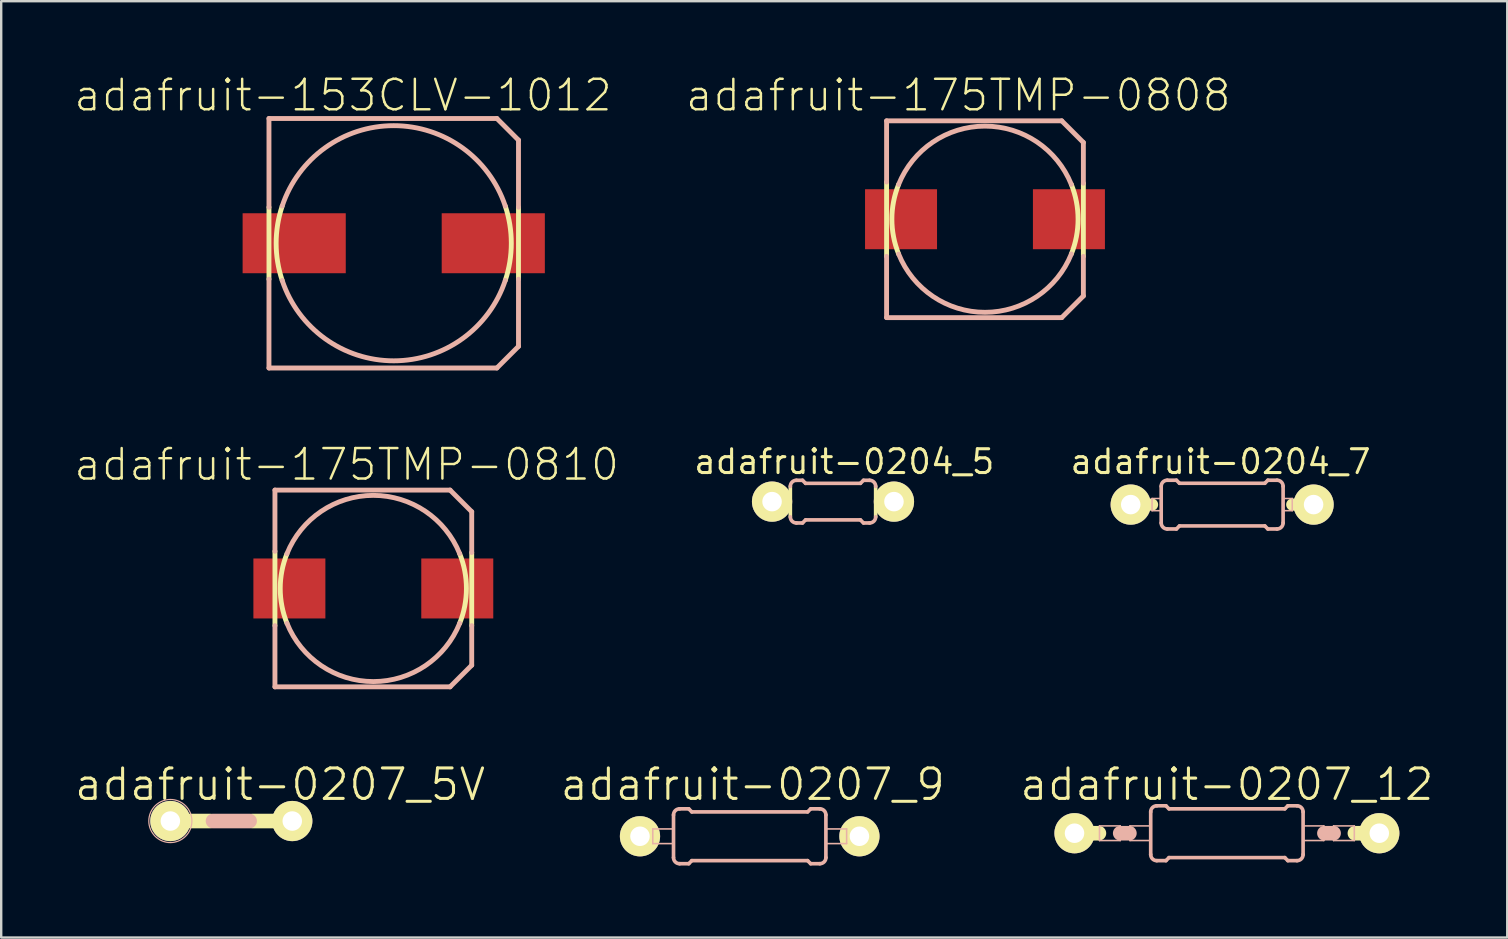
<source format=kicad_pcb>
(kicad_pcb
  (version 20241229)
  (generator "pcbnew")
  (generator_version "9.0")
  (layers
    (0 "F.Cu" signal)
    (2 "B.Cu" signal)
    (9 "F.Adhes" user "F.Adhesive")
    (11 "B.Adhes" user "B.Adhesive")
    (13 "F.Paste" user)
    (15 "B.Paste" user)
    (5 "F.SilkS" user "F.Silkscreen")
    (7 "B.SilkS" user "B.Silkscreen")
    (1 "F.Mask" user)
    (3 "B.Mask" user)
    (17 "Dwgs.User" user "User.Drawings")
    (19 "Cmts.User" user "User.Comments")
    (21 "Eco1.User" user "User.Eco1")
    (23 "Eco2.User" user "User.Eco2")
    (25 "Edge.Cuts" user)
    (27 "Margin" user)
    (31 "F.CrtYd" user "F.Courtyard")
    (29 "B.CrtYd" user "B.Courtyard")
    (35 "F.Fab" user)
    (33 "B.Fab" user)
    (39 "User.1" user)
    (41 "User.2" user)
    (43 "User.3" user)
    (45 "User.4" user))
  (footprint "adafruit-0207_5V"
    (layer "F.Cu")
    (at 6.589 31.163)
    (property "Reference" "adafruit-0207_5V" (at 2.032 -1.524 0) (layer "F.SilkS") (effects (font (size 1.27 1.27) (thickness 0.127))))
    (attr exclude_from_pos_files exclude_from_bom)
    (fp_line (start -2.54 0) (end -0.889 0) (stroke (width 0.61) (type solid)) (layer "F.SilkS"))
    (fp_line (start 0.889 0) (end 2.54 0) (stroke (width 0.61) (type solid)) (layer "F.SilkS"))
    (fp_circle (center -2.54 0) (end -3.048 0.508) (stroke (width 0.076) (type solid)) (fill no) (layer "F.SilkS"))
    (fp_line (start -0.762 0) (end 0.762 0) (stroke (width 0.61) (type solid)) (layer "B.SilkS"))
    (fp_circle (center -2.54 0) (end -3.175 0.635) (stroke (width 0.051) (type solid)) (fill no) (layer "B.SilkS"))
    (pad "1" thru_hole circle (at -2.54 0) (size 1.676 1.676) (drill 0.813) (layers "*.Cu" "F.Mask" "F.SilkS" "F.Paste"))
    (pad "2" thru_hole circle (at 2.54 0) (size 1.676 1.676) (drill 0.813) (layers "*.Cu" "F.Mask" "F.SilkS" "F.Paste")))
  (footprint "adafruit-175TMP-0808"
    (layer "F.Cu")
    (at 37.995 6.085)
    (property "Reference" "adafruit-175TMP-0808" (at -1.113 -5.164 0) (layer "F.SilkS") (effects (font (size 1.27 1.27) (thickness 0.102))))
    (attr smd)
    (fp_line (start -4.1 1.549) (end -4.1 -1.549) (stroke (width 0.203) (type solid)) (layer "F.SilkS"))
    (fp_line (start 4.1 -1.499) (end 4.1 1.549) (stroke (width 0.203) (type solid)) (layer "F.SilkS"))
    (fp_arc (start -3.59918 1.4478) (mid -3.879461 0.000871) (end -3.59983 -1.446183) (stroke (width 0.2032) (type solid)) (layer "F.SilkS"))
    (fp_arc (start 3.59918 -1.4478) (mid 3.879461 -0.000871) (end 3.59983 1.446183) (stroke (width 0.2032) (type solid)) (layer "F.SilkS"))
    (fp_line (start -4.1 -4.1) (end 3.198 -4.1) (stroke (width 0.203) (type solid)) (layer "B.SilkS"))
    (fp_line (start -4.1 -1.549) (end -4.1 -4.1) (stroke (width 0.203) (type solid)) (layer "B.SilkS"))
    (fp_line (start -4.1 4.1) (end -4.1 1.549) (stroke (width 0.203) (type solid)) (layer "B.SilkS"))
    (fp_line (start 3.198 -4.1) (end 4.1 -3.198) (stroke (width 0.203) (type solid)) (layer "B.SilkS"))
    (fp_line (start 3.198 4.1) (end -4.1 4.1) (stroke (width 0.203) (type solid)) (layer "B.SilkS"))
    (fp_line (start 4.1 -3.198) (end 4.1 -1.499) (stroke (width 0.203) (type solid)) (layer "B.SilkS"))
    (fp_line (start 4.1 1.549) (end 4.1 3.198) (stroke (width 0.203) (type solid)) (layer "B.SilkS"))
    (fp_line (start 4.1 3.198) (end 3.198 4.1) (stroke (width 0.203) (type solid)) (layer "B.SilkS"))
    (fp_arc (start -3.59918 -1.4478) (mid -0.002514 -3.879461) (end 3.5973 -1.452464) (stroke (width 0.2032) (type solid)) (layer "B.SilkS"))
    (fp_arc (start 3.59918 1.4478) (mid 0.002514 3.879461) (end -3.5973 1.452464) (stroke (width 0.2032) (type solid)) (layer "B.SilkS"))
    (pad "+" smd rect (at 3.498 0) (size 3 2.499) (layers "F.Cu" "F.Mask" "F.Paste"))
    (pad "-" smd rect (at -3.498 0) (size 3 2.499) (layers "F.Cu" "F.Mask" "F.Paste")))
  (footprint "adafruit-0207_12"
    (layer "F.Cu")
    (at 48.076 31.671)
    (property "Reference" "adafruit-0207_12" (at 0 -2.032 0) (layer "F.SilkS") (effects (font (size 1.27 1.27) (thickness 0.127))))
    (attr exclude_from_pos_files exclude_from_bom)
    (fp_line (start -6.35 0) (end -5.334 0) (stroke (width 0.61) (type solid)) (layer "F.SilkS"))
    (fp_line (start 6.35 0) (end 5.334 0) (stroke (width 0.61) (type solid)) (layer "F.SilkS"))
    (fp_line (start -5.309 -0.305) (end -4.445 -0.305) (stroke (width 0.066) (type solid)) (layer "B.SilkS"))
    (fp_line (start -5.309 0.305) (end -5.309 -0.305) (stroke (width 0.066) (type solid)) (layer "B.SilkS"))
    (fp_line (start -5.309 0.305) (end -4.445 0.305) (stroke (width 0.066) (type solid)) (layer "B.SilkS"))
    (fp_line (start -4.445 0) (end -4.064 0) (stroke (width 0.61) (type solid)) (layer "B.SilkS"))
    (fp_line (start -4.445 0.305) (end -4.445 -0.305) (stroke (width 0.066) (type solid)) (layer "B.SilkS"))
    (fp_line (start -4.039 -0.305) (end -3.175 -0.305) (stroke (width 0.066) (type solid)) (layer "B.SilkS"))
    (fp_line (start -4.039 0.305) (end -4.039 -0.305) (stroke (width 0.066) (type solid)) (layer "B.SilkS"))
    (fp_line (start -4.039 0.305) (end -3.175 0.305) (stroke (width 0.066) (type solid)) (layer "B.SilkS"))
    (fp_line (start -3.175 0.305) (end -3.175 -0.305) (stroke (width 0.066) (type solid)) (layer "B.SilkS"))
    (fp_line (start -3.175 0.889) (end -3.175 -0.889) (stroke (width 0.152) (type solid)) (layer "B.SilkS"))
    (fp_line (start -2.921 -1.143) (end -2.54 -1.143) (stroke (width 0.152) (type solid)) (layer "B.SilkS"))
    (fp_line (start -2.921 1.143) (end -2.54 1.143) (stroke (width 0.152) (type solid)) (layer "B.SilkS"))
    (fp_line (start -2.413 -1.016) (end -2.54 -1.143) (stroke (width 0.152) (type solid)) (layer "B.SilkS"))
    (fp_line (start -2.413 1.016) (end -2.54 1.143) (stroke (width 0.152) (type solid)) (layer "B.SilkS"))
    (fp_line (start 2.413 -1.016) (end -2.413 -1.016) (stroke (width 0.152) (type solid)) (layer "B.SilkS"))
    (fp_line (start 2.413 -1.016) (end 2.54 -1.143) (stroke (width 0.152) (type solid)) (layer "B.SilkS"))
    (fp_line (start 2.413 1.016) (end -2.413 1.016) (stroke (width 0.152) (type solid)) (layer "B.SilkS"))
    (fp_line (start 2.413 1.016) (end 2.54 1.143) (stroke (width 0.152) (type solid)) (layer "B.SilkS"))
    (fp_line (start 2.921 -1.143) (end 2.54 -1.143) (stroke (width 0.152) (type solid)) (layer "B.SilkS"))
    (fp_line (start 2.921 1.143) (end 2.54 1.143) (stroke (width 0.152) (type solid)) (layer "B.SilkS"))
    (fp_line (start 3.175 -0.305) (end 4.039 -0.305) (stroke (width 0.066) (type solid)) (layer "B.SilkS"))
    (fp_line (start 3.175 0.305) (end 3.175 -0.305) (stroke (width 0.066) (type solid)) (layer "B.SilkS"))
    (fp_line (start 3.175 0.305) (end 4.039 0.305) (stroke (width 0.066) (type solid)) (layer "B.SilkS"))
    (fp_line (start 3.175 0.889) (end 3.175 -0.889) (stroke (width 0.152) (type solid)) (layer "B.SilkS"))
    (fp_line (start 4.039 0.305) (end 4.039 -0.305) (stroke (width 0.066) (type solid)) (layer "B.SilkS"))
    (fp_line (start 4.445 -0.305) (end 5.309 -0.305) (stroke (width 0.066) (type solid)) (layer "B.SilkS"))
    (fp_line (start 4.445 0) (end 4.064 0) (stroke (width 0.61) (type solid)) (layer "B.SilkS"))
    (fp_line (start 4.445 0.305) (end 4.445 -0.305) (stroke (width 0.066) (type solid)) (layer "B.SilkS"))
    (fp_line (start 4.445 0.305) (end 5.309 0.305) (stroke (width 0.066) (type solid)) (layer "B.SilkS"))
    (fp_line (start 5.309 0.305) (end 5.309 -0.305) (stroke (width 0.066) (type solid)) (layer "B.SilkS"))
    (fp_arc (start -3.175 -0.889) (mid -3.100605 -1.068605) (end -2.921 -1.143) (stroke (width 0.1524) (type solid)) (layer "B.SilkS"))
    (fp_arc (start -2.921 1.143) (mid -3.100605 1.068605) (end -3.175 0.889) (stroke (width 0.1524) (type solid)) (layer "B.SilkS"))
    (fp_arc (start 2.921 -1.143) (mid 3.100605 -1.068605) (end 3.175 -0.889) (stroke (width 0.1524) (type solid)) (layer "B.SilkS"))
    (fp_arc (start 3.175 0.889) (mid 3.100605 1.068605) (end 2.921 1.143) (stroke (width 0.1524) (type solid)) (layer "B.SilkS"))
    (pad "1" thru_hole circle (at -6.35 0) (size 1.676 1.676) (drill 0.813) (layers "*.Cu" "F.Mask" "F.SilkS" "F.Paste"))
    (pad "2" thru_hole circle (at 6.35 0) (size 1.676 1.676) (drill 0.813) (layers "*.Cu" "F.Mask" "F.SilkS" "F.Paste")))
  (footprint "adafruit-153CLV-1012"
    (layer "F.Cu")
    (at 13.357 7.086)
    (property "Reference" "adafruit-153CLV-1012" (at -2.113 -6.165 0) (layer "F.SilkS") (effects (font (size 1.27 1.27) (thickness 0.102))))
    (attr smd)
    (fp_line (start -5.199 1.499) (end -5.199 -1.499) (stroke (width 0.203) (type solid)) (layer "F.SilkS"))
    (fp_line (start 5.199 -1.499) (end 5.199 1.499) (stroke (width 0.203) (type solid)) (layer "F.SilkS"))
    (fp_arc (start -4.6482 1.5494) (mid -4.899632 0.002989) (end -4.650087 -1.543728) (stroke (width 0.2032) (type solid)) (layer "F.SilkS"))
    (fp_arc (start 4.6482 -1.5494) (mid 4.899632 -0.002989) (end 4.650087 1.543728) (stroke (width 0.2032) (type solid)) (layer "F.SilkS"))
    (fp_line (start -5.199 -5.199) (end 4.298 -5.199) (stroke (width 0.203) (type solid)) (layer "B.SilkS"))
    (fp_line (start -5.199 -1.499) (end -5.199 -5.199) (stroke (width 0.203) (type solid)) (layer "B.SilkS"))
    (fp_line (start -5.199 5.199) (end -5.199 1.499) (stroke (width 0.203) (type solid)) (layer "B.SilkS"))
    (fp_line (start 4.298 -5.199) (end 5.199 -4.298) (stroke (width 0.203) (type solid)) (layer "B.SilkS"))
    (fp_line (start 4.298 5.199) (end -5.199 5.199) (stroke (width 0.203) (type solid)) (layer "B.SilkS"))
    (fp_line (start 5.199 -4.298) (end 5.199 -1.499) (stroke (width 0.203) (type solid)) (layer "B.SilkS"))
    (fp_line (start 5.199 1.499) (end 5.199 4.298) (stroke (width 0.203) (type solid)) (layer "B.SilkS"))
    (fp_line (start 5.199 4.298) (end 4.298 5.199) (stroke (width 0.203) (type solid)) (layer "B.SilkS"))
    (fp_arc (start -4.6482 -1.5494) (mid -0.001287 -4.899633) (end 4.647385 -1.551842) (stroke (width 0.2032) (type solid)) (layer "B.SilkS"))
    (fp_arc (start 4.6482 1.5494) (mid 0.001287 4.899633) (end -4.647385 1.551842) (stroke (width 0.2032) (type solid)) (layer "B.SilkS"))
    (pad "+" smd rect (at 4.148 0) (size 4.298 2.499) (layers "F.Cu" "F.Mask" "F.Paste"))
    (pad "-" smd rect (at -4.148 0) (size 4.298 2.499) (layers "F.Cu" "F.Mask" "F.Paste")))
  (footprint "adafruit-175TMP-0810"
    (layer "F.Cu")
    (at 12.507 21.472)
    (property "Reference" "adafruit-175TMP-0810" (at -1.113 -5.164 0) (layer "F.SilkS") (effects (font (size 1.27 1.27) (thickness 0.102))))
    (attr smd)
    (fp_line (start -4.1 1.549) (end -4.1 -1.549) (stroke (width 0.203) (type solid)) (layer "F.SilkS"))
    (fp_line (start 4.1 -1.499) (end 4.1 1.549) (stroke (width 0.203) (type solid)) (layer "F.SilkS"))
    (fp_arc (start -3.59918 1.4478) (mid -3.879461 0.000871) (end -3.59983 -1.446183) (stroke (width 0.2032) (type solid)) (layer "F.SilkS"))
    (fp_arc (start 3.59918 -1.4478) (mid 3.879461 -0.000871) (end 3.59983 1.446183) (stroke (width 0.2032) (type solid)) (layer "F.SilkS"))
    (fp_line (start -4.1 -4.1) (end 3.198 -4.1) (stroke (width 0.203) (type solid)) (layer "B.SilkS"))
    (fp_line (start -4.1 -1.549) (end -4.1 -4.1) (stroke (width 0.203) (type solid)) (layer "B.SilkS"))
    (fp_line (start -4.1 4.1) (end -4.1 1.549) (stroke (width 0.203) (type solid)) (layer "B.SilkS"))
    (fp_line (start 3.198 -4.1) (end 4.1 -3.198) (stroke (width 0.203) (type solid)) (layer "B.SilkS"))
    (fp_line (start 3.198 4.1) (end -4.1 4.1) (stroke (width 0.203) (type solid)) (layer "B.SilkS"))
    (fp_line (start 4.1 -3.198) (end 4.1 -1.499) (stroke (width 0.203) (type solid)) (layer "B.SilkS"))
    (fp_line (start 4.1 1.549) (end 4.1 3.198) (stroke (width 0.203) (type solid)) (layer "B.SilkS"))
    (fp_line (start 4.1 3.198) (end 3.198 4.1) (stroke (width 0.203) (type solid)) (layer "B.SilkS"))
    (fp_arc (start -3.59918 -1.4478) (mid -0.002514 -3.879461) (end 3.5973 -1.452464) (stroke (width 0.2032) (type solid)) (layer "B.SilkS"))
    (fp_arc (start 3.59918 1.4478) (mid 0.002514 3.879461) (end -3.5973 1.452464) (stroke (width 0.2032) (type solid)) (layer "B.SilkS"))
    (pad "+" smd rect (at 3.498 0) (size 3 2.499) (layers "F.Cu" "F.Mask" "F.Paste"))
    (pad "-" smd rect (at -3.498 0) (size 3 2.499) (layers "F.Cu" "F.Mask" "F.Paste")))
  (footprint "adafruit-0207_9"
    (layer "F.Cu")
    (at 28.191 31.798)
    (property "Reference" "adafruit-0207_9" (at 0.127 -2.159 0) (layer "F.SilkS") (effects (font (size 1.27 1.27) (thickness 0.127))))
    (attr exclude_from_pos_files exclude_from_bom)
    (fp_line (start -4.039 -0.305) (end -3.175 -0.305) (stroke (width 0.066) (type solid)) (layer "B.SilkS"))
    (fp_line (start -4.039 0.305) (end -4.039 -0.305) (stroke (width 0.066) (type solid)) (layer "B.SilkS"))
    (fp_line (start -4.039 0.305) (end -3.175 0.305) (stroke (width 0.066) (type solid)) (layer "B.SilkS"))
    (fp_line (start -3.175 0.305) (end -3.175 -0.305) (stroke (width 0.066) (type solid)) (layer "B.SilkS"))
    (fp_line (start -3.175 0.889) (end -3.175 -0.889) (stroke (width 0.152) (type solid)) (layer "B.SilkS"))
    (fp_line (start -2.921 -1.143) (end -2.54 -1.143) (stroke (width 0.152) (type solid)) (layer "B.SilkS"))
    (fp_line (start -2.921 1.143) (end -2.54 1.143) (stroke (width 0.152) (type solid)) (layer "B.SilkS"))
    (fp_line (start -2.413 -1.016) (end -2.54 -1.143) (stroke (width 0.152) (type solid)) (layer "B.SilkS"))
    (fp_line (start -2.413 1.016) (end -2.54 1.143) (stroke (width 0.152) (type solid)) (layer "B.SilkS"))
    (fp_line (start 2.413 -1.016) (end -2.413 -1.016) (stroke (width 0.152) (type solid)) (layer "B.SilkS"))
    (fp_line (start 2.413 -1.016) (end 2.54 -1.143) (stroke (width 0.152) (type solid)) (layer "B.SilkS"))
    (fp_line (start 2.413 1.016) (end -2.413 1.016) (stroke (width 0.152) (type solid)) (layer "B.SilkS"))
    (fp_line (start 2.413 1.016) (end 2.54 1.143) (stroke (width 0.152) (type solid)) (layer "B.SilkS"))
    (fp_line (start 2.921 -1.143) (end 2.54 -1.143) (stroke (width 0.152) (type solid)) (layer "B.SilkS"))
    (fp_line (start 2.921 1.143) (end 2.54 1.143) (stroke (width 0.152) (type solid)) (layer "B.SilkS"))
    (fp_line (start 3.175 -0.305) (end 4.039 -0.305) (stroke (width 0.066) (type solid)) (layer "B.SilkS"))
    (fp_line (start 3.175 0.305) (end 3.175 -0.305) (stroke (width 0.066) (type solid)) (layer "B.SilkS"))
    (fp_line (start 3.175 0.305) (end 4.039 0.305) (stroke (width 0.066) (type solid)) (layer "B.SilkS"))
    (fp_line (start 3.175 0.889) (end 3.175 -0.889) (stroke (width 0.152) (type solid)) (layer "B.SilkS"))
    (fp_line (start 4.039 0.305) (end 4.039 -0.305) (stroke (width 0.066) (type solid)) (layer "B.SilkS"))
    (fp_arc (start -3.175 -0.889) (mid -3.100605 -1.068605) (end -2.921 -1.143) (stroke (width 0.1524) (type solid)) (layer "B.SilkS"))
    (fp_arc (start -2.921 1.143) (mid -3.100605 1.068605) (end -3.175 0.889) (stroke (width 0.1524) (type solid)) (layer "B.SilkS"))
    (fp_arc (start 2.921 -1.143) (mid 3.100605 -1.068605) (end 3.175 -0.889) (stroke (width 0.1524) (type solid)) (layer "B.SilkS"))
    (fp_arc (start 3.175 0.889) (mid 3.100605 1.068605) (end 2.921 1.143) (stroke (width 0.1524) (type solid)) (layer "B.SilkS"))
    (pad "1" thru_hole circle (at -4.572 0) (size 1.676 1.676) (drill 0.813) (layers "*.Cu" "F.Mask" "F.SilkS" "F.Paste"))
    (pad "2" thru_hole circle (at 4.572 0) (size 1.676 1.676) (drill 0.813) (layers "*.Cu" "F.Mask" "F.SilkS" "F.Paste")))
  (footprint "adafruit-0204_7"
    (layer "F.Cu")
    (at 47.878 17.977)
    (property "Reference" "adafruit-0204_7" (at -0.064 -1.788 0) (layer "F.SilkS") (effects (font (size 0.991 0.991) (thickness 0.127))))
    (attr exclude_from_pos_files exclude_from_bom)
    (fp_line (start -3.81 0) (end -2.921 0) (stroke (width 0.508) (type solid)) (layer "F.SilkS"))
    (fp_line (start 3.81 0) (end 2.921 0) (stroke (width 0.508) (type solid)) (layer "F.SilkS"))
    (fp_line (start -2.921 -0.254) (end -2.54 -0.254) (stroke (width 0.066) (type solid)) (layer "B.SilkS"))
    (fp_line (start -2.921 0.254) (end -2.921 -0.254) (stroke (width 0.066) (type solid)) (layer "B.SilkS"))
    (fp_line (start -2.921 0.254) (end -2.54 0.254) (stroke (width 0.066) (type solid)) (layer "B.SilkS"))
    (fp_line (start -2.54 0.254) (end -2.54 -0.254) (stroke (width 0.066) (type solid)) (layer "B.SilkS"))
    (fp_line (start -2.54 0.762) (end -2.54 -0.762) (stroke (width 0.152) (type solid)) (layer "B.SilkS"))
    (fp_line (start -2.286 -1.016) (end -1.905 -1.016) (stroke (width 0.152) (type solid)) (layer "B.SilkS"))
    (fp_line (start -2.286 1.016) (end -1.905 1.016) (stroke (width 0.152) (type solid)) (layer "B.SilkS"))
    (fp_line (start -1.778 -0.889) (end -1.905 -1.016) (stroke (width 0.152) (type solid)) (layer "B.SilkS"))
    (fp_line (start -1.778 0.889) (end -1.905 1.016) (stroke (width 0.152) (type solid)) (layer "B.SilkS"))
    (fp_line (start 1.778 -0.889) (end -1.778 -0.889) (stroke (width 0.152) (type solid)) (layer "B.SilkS"))
    (fp_line (start 1.778 -0.889) (end 1.905 -1.016) (stroke (width 0.152) (type solid)) (layer "B.SilkS"))
    (fp_line (start 1.778 0.889) (end -1.778 0.889) (stroke (width 0.152) (type solid)) (layer "B.SilkS"))
    (fp_line (start 1.778 0.889) (end 1.905 1.016) (stroke (width 0.152) (type solid)) (layer "B.SilkS"))
    (fp_line (start 2.286 -1.016) (end 1.905 -1.016) (stroke (width 0.152) (type solid)) (layer "B.SilkS"))
    (fp_line (start 2.286 1.016) (end 1.905 1.016) (stroke (width 0.152) (type solid)) (layer "B.SilkS"))
    (fp_line (start 2.54 -0.254) (end 2.921 -0.254) (stroke (width 0.066) (type solid)) (layer "B.SilkS"))
    (fp_line (start 2.54 0.254) (end 2.54 -0.254) (stroke (width 0.066) (type solid)) (layer "B.SilkS"))
    (fp_line (start 2.54 0.254) (end 2.921 0.254) (stroke (width 0.066) (type solid)) (layer "B.SilkS"))
    (fp_line (start 2.54 0.762) (end 2.54 -0.762) (stroke (width 0.152) (type solid)) (layer "B.SilkS"))
    (fp_line (start 2.921 0.254) (end 2.921 -0.254) (stroke (width 0.066) (type solid)) (layer "B.SilkS"))
    (fp_arc (start -2.54 -0.762) (mid -2.465605 -0.941605) (end -2.286 -1.016) (stroke (width 0.1524) (type solid)) (layer "B.SilkS"))
    (fp_arc (start -2.286 1.016) (mid -2.465605 0.941605) (end -2.54 0.762) (stroke (width 0.1524) (type solid)) (layer "B.SilkS"))
    (fp_arc (start 2.286 -1.016) (mid 2.465605 -0.941605) (end 2.54 -0.762) (stroke (width 0.1524) (type solid)) (layer "B.SilkS"))
    (fp_arc (start 2.54 0.762) (mid 2.465605 0.941605) (end 2.286 1.016) (stroke (width 0.1524) (type solid)) (layer "B.SilkS"))
    (pad "1" thru_hole circle (at -3.81 0) (size 1.676 1.676) (drill 0.813) (layers "*.Cu" "F.Mask" "F.SilkS" "F.Paste"))
    (pad "2" thru_hole circle (at 3.81 0) (size 1.676 1.676) (drill 0.813) (layers "*.Cu" "F.Mask" "F.SilkS" "F.Paste")))
  (footprint "adafruit-0204_5"
    (layer "F.Cu")
    (at 31.662 17.853)
    (property "Reference" "adafruit-0204_5" (at 0.47 -1.664 0) (layer "F.SilkS") (effects (font (size 0.991 0.991) (thickness 0.127))))
    (attr exclude_from_pos_files exclude_from_bom)
    (fp_line (start -2.54 0) (end -2.032 0) (stroke (width 0.508) (type solid)) (layer "F.SilkS"))
    (fp_line (start -2.032 -0.254) (end -1.778 -0.254) (stroke (width 0.066) (type solid)) (layer "F.SilkS"))
    (fp_line (start -2.032 0.254) (end -2.032 -0.254) (stroke (width 0.066) (type solid)) (layer "F.SilkS"))
    (fp_line (start -2.032 0.254) (end -1.778 0.254) (stroke (width 0.066) (type solid)) (layer "F.SilkS"))
    (fp_line (start -1.778 0.254) (end -1.778 -0.254) (stroke (width 0.066) (type solid)) (layer "F.SilkS"))
    (fp_line (start -1.778 0.635) (end -1.778 -0.635) (stroke (width 0.152) (type solid)) (layer "F.SilkS"))
    (fp_line (start 1.778 -0.254) (end 2.032 -0.254) (stroke (width 0.066) (type solid)) (layer "F.SilkS"))
    (fp_line (start 1.778 0.254) (end 1.778 -0.254) (stroke (width 0.066) (type solid)) (layer "F.SilkS"))
    (fp_line (start 1.778 0.254) (end 2.032 0.254) (stroke (width 0.066) (type solid)) (layer "F.SilkS"))
    (fp_line (start 1.778 0.635) (end 1.778 -0.635) (stroke (width 0.152) (type solid)) (layer "F.SilkS"))
    (fp_line (start 2.032 0.254) (end 2.032 -0.254) (stroke (width 0.066) (type solid)) (layer "F.SilkS"))
    (fp_line (start 2.54 0) (end 2.032 0) (stroke (width 0.508) (type solid)) (layer "F.SilkS"))
    (fp_line (start -1.524 -0.889) (end -1.27 -0.889) (stroke (width 0.152) (type solid)) (layer "B.SilkS"))
    (fp_line (start -1.524 0.889) (end -1.27 0.889) (stroke (width 0.152) (type solid)) (layer "B.SilkS"))
    (fp_line (start -1.143 -0.762) (end -1.27 -0.889) (stroke (width 0.152) (type solid)) (layer "B.SilkS"))
    (fp_line (start -1.143 0.762) (end -1.27 0.889) (stroke (width 0.152) (type solid)) (layer "B.SilkS"))
    (fp_line (start 1.143 -0.762) (end -1.143 -0.762) (stroke (width 0.152) (type solid)) (layer "B.SilkS"))
    (fp_line (start 1.143 -0.762) (end 1.27 -0.889) (stroke (width 0.152) (type solid)) (layer "B.SilkS"))
    (fp_line (start 1.143 0.762) (end -1.143 0.762) (stroke (width 0.152) (type solid)) (layer "B.SilkS"))
    (fp_line (start 1.143 0.762) (end 1.27 0.889) (stroke (width 0.152) (type solid)) (layer "B.SilkS"))
    (fp_line (start 1.524 -0.889) (end 1.27 -0.889) (stroke (width 0.152) (type solid)) (layer "B.SilkS"))
    (fp_line (start 1.524 0.889) (end 1.27 0.889) (stroke (width 0.152) (type solid)) (layer "B.SilkS"))
    (fp_arc (start -1.778 -0.635) (mid -1.703605 -0.814605) (end -1.524 -0.889) (stroke (width 0.1524) (type solid)) (layer "B.SilkS"))
    (fp_arc (start -1.524 0.889) (mid -1.703605 0.814605) (end -1.778 0.635) (stroke (width 0.1524) (type solid)) (layer "B.SilkS"))
    (fp_arc (start 1.524 -0.889) (mid 1.703605 -0.814605) (end 1.778 -0.635) (stroke (width 0.1524) (type solid)) (layer "B.SilkS"))
    (fp_arc (start 1.778 0.635) (mid 1.703605 0.814605) (end 1.524 0.889) (stroke (width 0.1524) (type solid)) (layer "B.SilkS"))
    (pad "1" thru_hole circle (at -2.54 0) (size 1.676 1.676) (drill 0.813) (layers "*.Cu" "F.Mask" "F.SilkS" "F.Paste"))
    (pad "2" thru_hole circle (at 2.54 0) (size 1.676 1.676) (drill 0.813) (layers "*.Cu" "F.Mask" "F.SilkS" "F.Paste")))
  (gr_rect
    (start -3 -3)
    (end 59.758 36.017)
    (stroke (width 0.1) (type default))
    (fill no)
    (layer "Edge.Cuts")))
</source>
